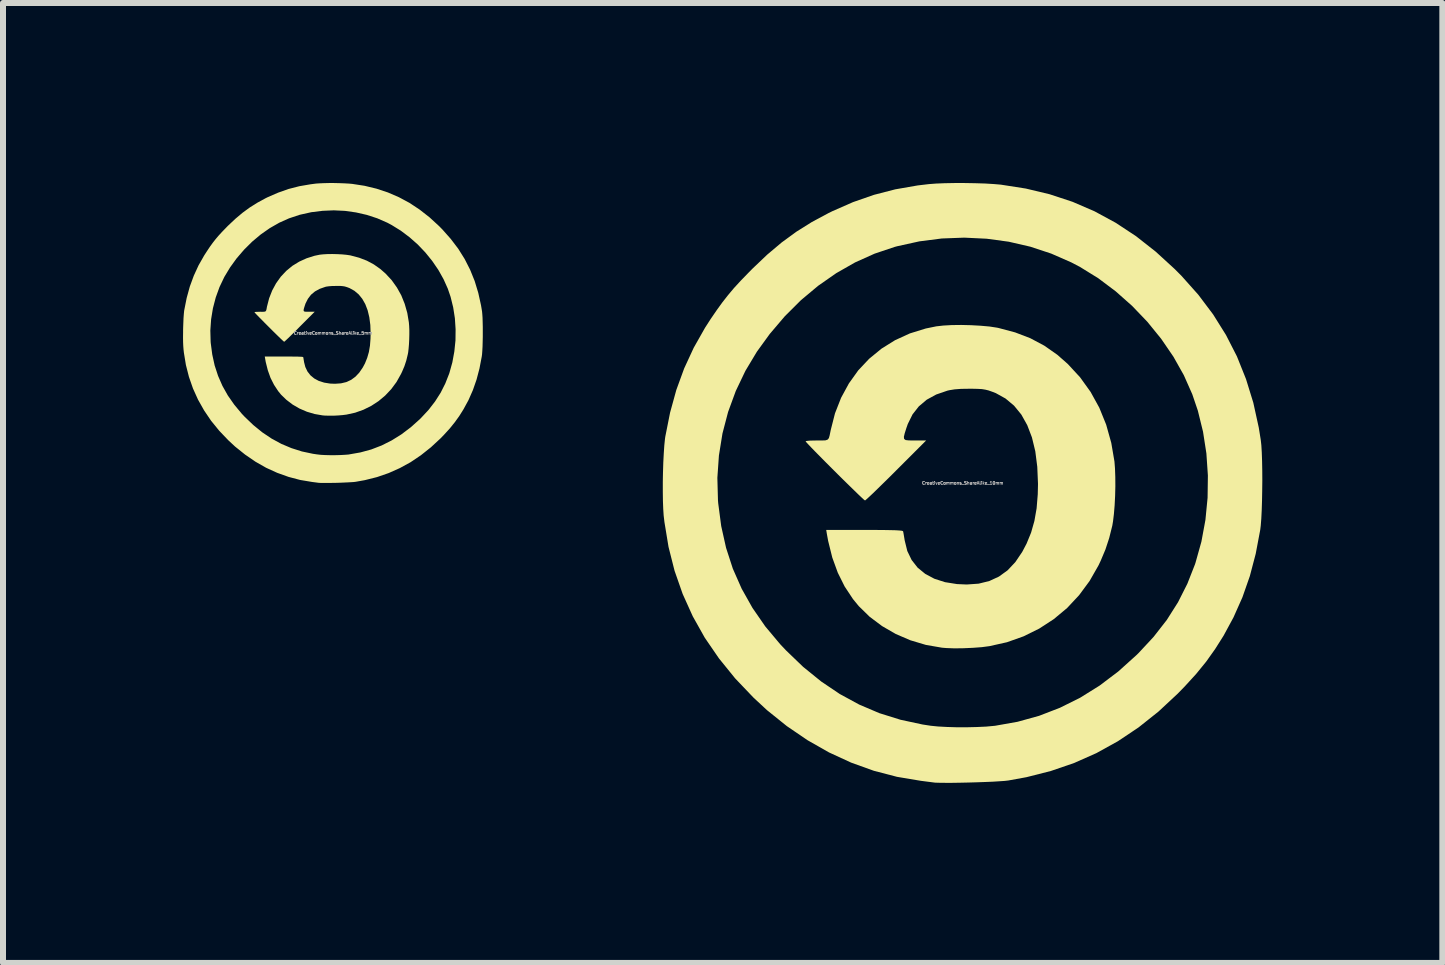
<source format=kicad_pcb>
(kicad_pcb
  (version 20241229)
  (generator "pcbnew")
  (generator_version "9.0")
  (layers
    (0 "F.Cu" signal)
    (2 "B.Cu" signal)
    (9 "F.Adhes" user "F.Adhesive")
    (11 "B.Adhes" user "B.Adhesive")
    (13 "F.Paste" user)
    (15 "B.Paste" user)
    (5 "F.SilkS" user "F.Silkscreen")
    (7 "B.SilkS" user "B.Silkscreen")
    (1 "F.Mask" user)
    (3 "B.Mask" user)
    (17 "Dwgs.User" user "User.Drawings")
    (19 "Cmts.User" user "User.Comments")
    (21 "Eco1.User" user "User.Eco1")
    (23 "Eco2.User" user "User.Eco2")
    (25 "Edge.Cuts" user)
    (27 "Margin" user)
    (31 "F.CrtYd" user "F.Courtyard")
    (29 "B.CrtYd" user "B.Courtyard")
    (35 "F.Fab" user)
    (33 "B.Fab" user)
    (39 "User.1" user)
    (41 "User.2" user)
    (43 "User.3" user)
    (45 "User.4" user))
  (footprint "CreativeCommons_ShareAlike_5mm"
    (layer "F.Cu")
    (at 2.499 2.5)
    (property "Reference" "CreativeCommons_ShareAlike_5mm" (at 0 0 0) (layer "F.Fab") (effects (font (size 0.05 0.05) (thickness 0.013))))
    (attr board_only exclude_from_pos_files exclude_from_bom)
    (fp_poly (pts (xy 0.07 -1.315) (xy 0.15 -1.311) (xy 0.224 -1.304) (xy 0.285 -1.295) (xy 0.298 -1.292) (xy 0.437 -1.255) (xy 0.564 -1.206) (xy 0.68 -1.144) (xy 0.788 -1.068) (xy 0.875 -0.992) (xy 0.978 -0.881) (xy 1.065 -0.759) (xy 1.138 -0.628) (xy 1.195 -0.486) (xy 1.238 -0.335) (xy 1.264 -0.179) (xy 1.269 -0.121) (xy 1.272 -0.051) (xy 1.272 0.027) (xy 1.27 0.107) (xy 1.266 0.186) (xy 1.26 0.258) (xy 1.253 0.32) (xy 1.246 0.356) (xy 1.221 0.459) (xy 1.19 0.553) (xy 1.15 0.647) (xy 1.131 0.686) (xy 1.058 0.816) (xy 0.97 0.935) (xy 0.87 1.041) (xy 0.759 1.134) (xy 0.638 1.213) (xy 0.507 1.278) (xy 0.369 1.327) (xy 0.224 1.359) (xy 0.223 1.359) (xy 0.159 1.367) (xy 0.086 1.373) (xy 0.008 1.377) (xy -0.068 1.377) (xy -0.136 1.375) (xy -0.173 1.372) (xy -0.306 1.349) (xy -0.435 1.311) (xy -0.558 1.258) (xy -0.672 1.192) (xy -0.775 1.114) (xy -0.866 1.026) (xy -0.914 0.967) (xy -0.983 0.862) (xy -1.041 0.747) (xy -1.086 0.621) (xy -1.121 0.482) (xy -1.131 0.425) (xy -1.137 0.391) (xy -0.818 0.391) (xy -0.73 0.391) (xy -0.658 0.392) (xy -0.601 0.392) (xy -0.558 0.394) (xy -0.528 0.395) (xy -0.508 0.397) (xy -0.498 0.4) (xy -0.496 0.402) (xy -0.493 0.416) (xy -0.489 0.443) (xy -0.483 0.477) (xy -0.483 0.481) (xy -0.461 0.566) (xy -0.425 0.641) (xy -0.375 0.705) (xy -0.312 0.757) (xy -0.236 0.798) (xy -0.147 0.826) (xy -0.047 0.842) (xy 0.034 0.845) (xy 0.133 0.838) (xy 0.222 0.817) (xy 0.302 0.78) (xy 0.374 0.727) (xy 0.438 0.659) (xy 0.496 0.574) (xy 0.533 0.505) (xy 0.57 0.413) (xy 0.598 0.316) (xy 0.616 0.211) (xy 0.625 0.094) (xy 0.627 0.007) (xy 0.622 -0.135) (xy 0.605 -0.264) (xy 0.577 -0.38) (xy 0.538 -0.482) (xy 0.488 -0.57) (xy 0.428 -0.644) (xy 0.357 -0.704) (xy 0.276 -0.749) (xy 0.245 -0.761) (xy 0.215 -0.771) (xy 0.188 -0.778) (xy 0.16 -0.782) (xy 0.126 -0.785) (xy 0.081 -0.785) (xy 0.055 -0.785) (xy -0.013 -0.784) (xy -0.067 -0.78) (xy -0.11 -0.774) (xy -0.127 -0.77) (xy -0.221 -0.737) (xy -0.3 -0.694) (xy -0.366 -0.639) (xy -0.418 -0.571) (xy -0.458 -0.492) (xy -0.469 -0.459) (xy -0.483 -0.415) (xy -0.49 -0.385) (xy -0.488 -0.367) (xy -0.475 -0.358) (xy -0.45 -0.355) (xy -0.409 -0.355) (xy -0.398 -0.355) (xy -0.305 -0.355) (xy -0.555 -0.105) (xy -0.61 -0.049) (xy -0.662 0.002) (xy -0.708 0.047) (xy -0.748 0.086) (xy -0.78 0.116) (xy -0.802 0.136) (xy -0.813 0.145) (xy -0.814 0.145) (xy -0.822 0.139) (xy -0.841 0.122) (xy -0.87 0.095) (xy -0.906 0.06) (xy -0.948 0.019) (xy -0.994 -0.026) (xy -1.042 -0.074) (xy -1.091 -0.123) (xy -1.139 -0.171) (xy -1.184 -0.217) (xy -1.225 -0.258) (xy -1.26 -0.294) (xy -1.287 -0.322) (xy -1.303 -0.34) (xy -1.309 -0.348) (xy -1.301 -0.351) (xy -1.278 -0.353) (xy -1.244 -0.354) (xy -1.214 -0.355) (xy -1.171 -0.354) (xy -1.143 -0.356) (xy -1.125 -0.361) (xy -1.115 -0.374) (xy -1.108 -0.396) (xy -1.102 -0.431) (xy -1.1 -0.441) (xy -1.064 -0.58) (xy -1.013 -0.71) (xy -0.948 -0.83) (xy -0.87 -0.939) (xy -0.779 -1.036) (xy -0.677 -1.12) (xy -0.563 -1.19) (xy -0.44 -1.246) (xy -0.307 -1.288) (xy -0.22 -1.306) (xy -0.162 -1.312) (xy -0.091 -1.316) (xy -0.012 -1.317)) (stroke (width 0) (type solid)) (fill yes) (layer "F.SilkS"))
    (fp_poly (pts (xy 0.017 -2.5) (xy 0.104 -2.498) (xy 0.186 -2.495) (xy 0.259 -2.491) (xy 0.318 -2.486) (xy 0.526 -2.454) (xy 0.725 -2.406) (xy 0.915 -2.343) (xy 1.098 -2.264) (xy 1.275 -2.169) (xy 1.444 -2.057) (xy 1.609 -1.928) (xy 1.768 -1.782) (xy 1.824 -1.725) (xy 1.963 -1.568) (xy 2.087 -1.405) (xy 2.194 -1.234) (xy 2.285 -1.055) (xy 2.361 -0.867) (xy 2.421 -0.669) (xy 2.467 -0.461) (xy 2.484 -0.359) (xy 2.488 -0.314) (xy 2.492 -0.255) (xy 2.494 -0.183) (xy 2.496 -0.104) (xy 2.496 -0.02) (xy 2.496 0.065) (xy 2.494 0.149) (xy 2.492 0.227) (xy 2.488 0.296) (xy 2.484 0.354) (xy 2.479 0.391) (xy 2.441 0.59) (xy 2.392 0.776) (xy 2.331 0.951) (xy 2.257 1.119) (xy 2.174 1.271) (xy 2.104 1.383) (xy 2.028 1.488) (xy 1.945 1.591) (xy 1.85 1.695) (xy 1.792 1.755) (xy 1.631 1.904) (xy 1.465 2.036) (xy 1.293 2.152) (xy 1.114 2.25) (xy 0.928 2.333) (xy 0.734 2.4) (xy 0.531 2.451) (xy 0.38 2.478) (xy 0.349 2.482) (xy 0.305 2.485) (xy 0.25 2.488) (xy 0.186 2.491) (xy 0.118 2.494) (xy 0.048 2.496) (xy -0.021 2.497) (xy -0.087 2.498) (xy -0.145 2.498) (xy -0.193 2.498) (xy -0.229 2.496) (xy -0.245 2.495) (xy -0.265 2.492) (xy -0.296 2.488) (xy -0.335 2.483) (xy -0.35 2.481) (xy -0.547 2.448) (xy -0.74 2.397) (xy -0.93 2.329) (xy -1.114 2.245) (xy -1.293 2.143) (xy -1.465 2.025) (xy -1.631 1.892) (xy -1.744 1.787) (xy -1.896 1.628) (xy -2.031 1.462) (xy -2.148 1.289) (xy -2.249 1.11) (xy -2.333 0.924) (xy -2.4 0.732) (xy -2.451 0.532) (xy -2.485 0.325) (xy -2.491 0.27) (xy -2.495 0.217) (xy -2.498 0.15) (xy -2.499 0.075) (xy -2.498 -0.007) (xy -2.498 -0.043) (xy -2.044 -0.043) (xy -2.039 0.144) (xy -2.037 0.168) (xy -2.012 0.358) (xy -1.972 0.54) (xy -1.915 0.714) (xy -1.842 0.881) (xy -1.752 1.041) (xy -1.645 1.194) (xy -1.521 1.343) (xy -1.474 1.393) (xy -1.329 1.532) (xy -1.179 1.654) (xy -1.024 1.758) (xy -0.862 1.846) (xy -0.694 1.917) (xy -0.518 1.973) (xy -0.334 2.012) (xy -0.266 2.022) (xy -0.205 2.029) (xy -0.132 2.033) (xy -0.05 2.035) (xy 0.035 2.035) (xy 0.118 2.033) (xy 0.195 2.029) (xy 0.26 2.024) (xy 0.27 2.022) (xy 0.457 1.989) (xy 0.637 1.94) (xy 0.811 1.873) (xy 0.978 1.789) (xy 1.14 1.688) (xy 1.296 1.57) (xy 1.447 1.435) (xy 1.464 1.418) (xy 1.591 1.282) (xy 1.7 1.141) (xy 1.794 0.994) (xy 1.872 0.839) (xy 1.936 0.676) (xy 1.94 0.664) (xy 1.989 0.488) (xy 2.022 0.307) (xy 2.041 0.123) (xy 2.043 -0.063) (xy 2.031 -0.247) (xy 2.003 -0.427) (xy 1.96 -0.602) (xy 1.913 -0.74) (xy 1.842 -0.898) (xy 1.755 -1.053) (xy 1.653 -1.202) (xy 1.538 -1.344) (xy 1.412 -1.476) (xy 1.275 -1.597) (xy 1.13 -1.706) (xy 0.978 -1.8) (xy 0.905 -1.839) (xy 0.738 -1.912) (xy 0.564 -1.969) (xy 0.384 -2.01) (xy 0.2 -2.036) (xy 0.013 -2.045) (xy -0.174 -2.037) (xy -0.361 -2.014) (xy -0.545 -1.973) (xy -0.567 -1.967) (xy -0.734 -1.911) (xy -0.897 -1.838) (xy -1.054 -1.748) (xy -1.204 -1.643) (xy -1.347 -1.523) (xy -1.482 -1.389) (xy -1.608 -1.242) (xy -1.715 -1.094) (xy -1.811 -0.935) (xy -1.891 -0.767) (xy -1.954 -0.593) (xy -2.001 -0.413) (xy -2.031 -0.23) (xy -2.044 -0.043) (xy -2.498 -0.043) (xy -2.497 -0.09) (xy -2.494 -0.171) (xy -2.491 -0.247) (xy -2.486 -0.314) (xy -2.481 -0.367) (xy -2.478 -0.385) (xy -2.438 -0.586) (xy -2.386 -0.775) (xy -2.32 -0.955) (xy -2.241 -1.127) (xy -2.146 -1.294) (xy -2.1 -1.365) (xy -2.05 -1.44) (xy -2.003 -1.505) (xy -1.956 -1.565) (xy -1.906 -1.624) (xy -1.85 -1.685) (xy -1.785 -1.752) (xy -1.751 -1.787) (xy -1.628 -1.903) (xy -1.508 -2.004) (xy -1.385 -2.094) (xy -1.257 -2.174) (xy -1.119 -2.249) (xy -1.086 -2.265) (xy -0.913 -2.34) (xy -0.74 -2.401) (xy -0.561 -2.447) (xy -0.375 -2.479) (xy -0.282 -2.491) (xy -0.223 -2.495) (xy -0.151 -2.498) (xy -0.069 -2.5)) (stroke (width 0) (type solid)) (fill yes) (layer "F.SilkS")))
  (footprint "CreativeCommons_ShareAlike_10mm"
    (layer "F.Cu")
    (at 12.992 4.999)
    (property "Reference" "CreativeCommons_ShareAlike_10mm" (at 0 0 0) (layer "F.Fab") (effects (font (size 0.05 0.05) (thickness 0.013))))
    (attr board_only exclude_from_pos_files exclude_from_bom)
    (fp_poly (pts (xy 0.14 -2.63) (xy 0.3 -2.621) (xy 0.447 -2.608) (xy 0.571 -2.589) (xy 0.596 -2.584) (xy 0.874 -2.51) (xy 1.127 -2.413) (xy 1.36 -2.289) (xy 1.577 -2.137) (xy 1.751 -1.984) (xy 1.956 -1.762) (xy 2.131 -1.519) (xy 2.276 -1.256) (xy 2.391 -0.973) (xy 2.476 -0.669) (xy 2.529 -0.359) (xy 2.538 -0.242) (xy 2.543 -0.101) (xy 2.544 0.054) (xy 2.54 0.214) (xy 2.532 0.371) (xy 2.52 0.516) (xy 2.505 0.64) (xy 2.493 0.711) (xy 2.441 0.918) (xy 2.379 1.107) (xy 2.3 1.295) (xy 2.263 1.373) (xy 2.115 1.632) (xy 1.94 1.869) (xy 1.741 2.082) (xy 1.518 2.268) (xy 1.275 2.426) (xy 1.014 2.555) (xy 0.738 2.653) (xy 0.447 2.718) (xy 0.447 2.718) (xy 0.319 2.735) (xy 0.171 2.746) (xy 0.015 2.753) (xy -0.136 2.755) (xy -0.272 2.75) (xy -0.345 2.744) (xy -0.612 2.698) (xy -0.87 2.621) (xy -1.115 2.516) (xy -1.343 2.384) (xy -1.55 2.229) (xy -1.732 2.051) (xy -1.828 1.934) (xy -1.967 1.724) (xy -2.081 1.495) (xy -2.173 1.242) (xy -2.242 0.964) (xy -2.263 0.85) (xy -2.274 0.782) (xy -1.637 0.782) (xy -1.459 0.782) (xy -1.315 0.783) (xy -1.202 0.785) (xy -1.116 0.787) (xy -1.055 0.791) (xy -1.016 0.795) (xy -0.997 0.801) (xy -0.993 0.805) (xy -0.987 0.833) (xy -0.978 0.886) (xy -0.967 0.953) (xy -0.965 0.962) (xy -0.923 1.133) (xy -0.851 1.282) (xy -0.751 1.41) (xy -0.624 1.514) (xy -0.472 1.595) (xy -0.295 1.652) (xy -0.094 1.684) (xy 0.068 1.691) (xy 0.266 1.677) (xy 0.444 1.633) (xy 0.604 1.559) (xy 0.748 1.455) (xy 0.877 1.318) (xy 0.992 1.148) (xy 1.065 1.009) (xy 1.14 0.826) (xy 1.195 0.632) (xy 1.232 0.422) (xy 1.251 0.188) (xy 1.255 0.015) (xy 1.243 -0.27) (xy 1.21 -0.529) (xy 1.154 -0.76) (xy 1.076 -0.964) (xy 0.977 -1.141) (xy 0.856 -1.289) (xy 0.714 -1.408) (xy 0.552 -1.498) (xy 0.49 -1.522) (xy 0.43 -1.543) (xy 0.377 -1.556) (xy 0.321 -1.565) (xy 0.252 -1.569) (xy 0.161 -1.571) (xy 0.109 -1.571) (xy -0.027 -1.569) (xy -0.134 -1.561) (xy -0.221 -1.547) (xy -0.255 -1.539) (xy -0.441 -1.475) (xy -0.6 -1.388) (xy -0.731 -1.277) (xy -0.836 -1.143) (xy -0.915 -0.983) (xy -0.938 -0.917) (xy -0.966 -0.829) (xy -0.98 -0.77) (xy -0.976 -0.735) (xy -0.951 -0.716) (xy -0.899 -0.71) (xy -0.818 -0.709) (xy -0.796 -0.709) (xy -0.609 -0.709) (xy -1.109 -0.209) (xy -1.22 -0.098) (xy -1.324 0.004) (xy -1.417 0.095) (xy -1.496 0.172) (xy -1.56 0.232) (xy -1.604 0.272) (xy -1.626 0.29) (xy -1.627 0.291) (xy -1.644 0.279) (xy -1.682 0.244) (xy -1.739 0.19) (xy -1.811 0.12) (xy -1.895 0.038) (xy -1.987 -0.052) (xy -2.084 -0.148) (xy -2.182 -0.246) (xy -2.278 -0.342) (xy -2.369 -0.434) (xy -2.451 -0.517) (xy -2.52 -0.588) (xy -2.573 -0.644) (xy -2.607 -0.681) (xy -2.618 -0.696) (xy -2.601 -0.701) (xy -2.556 -0.706) (xy -2.488 -0.708) (xy -2.428 -0.709) (xy -2.343 -0.709) (xy -2.286 -0.711) (xy -2.251 -0.723) (xy -2.23 -0.748) (xy -2.217 -0.793) (xy -2.203 -0.862) (xy -2.199 -0.882) (xy -2.128 -1.161) (xy -2.026 -1.421) (xy -1.896 -1.66) (xy -1.74 -1.878) (xy -1.558 -2.071) (xy -1.353 -2.239) (xy -1.127 -2.38) (xy -0.88 -2.493) (xy -0.615 -2.575) (xy -0.439 -2.611) (xy -0.323 -2.624) (xy -0.182 -2.632) (xy -0.024 -2.634)) (stroke (width 0) (type solid)) (fill yes) (layer "F.SilkS"))
    (fp_poly (pts (xy 0.034 -4.999) (xy 0.207 -4.996) (xy 0.372 -4.991) (xy 0.519 -4.982) (xy 0.636 -4.972) (xy 1.052 -4.907) (xy 1.449 -4.812) (xy 1.831 -4.686) (xy 2.197 -4.528) (xy 2.549 -4.337) (xy 2.889 -4.113) (xy 3.217 -3.855) (xy 3.536 -3.563) (xy 3.648 -3.45) (xy 3.927 -3.137) (xy 4.173 -2.81) (xy 4.387 -2.468) (xy 4.57 -2.11) (xy 4.721 -1.733) (xy 4.843 -1.338) (xy 4.934 -0.923) (xy 4.967 -0.718) (xy 4.977 -0.628) (xy 4.984 -0.509) (xy 4.989 -0.367) (xy 4.992 -0.208) (xy 4.993 -0.04) (xy 4.991 0.13) (xy 4.988 0.297) (xy 4.983 0.454) (xy 4.976 0.593) (xy 4.967 0.708) (xy 4.958 0.782) (xy 4.883 1.179) (xy 4.785 1.551) (xy 4.662 1.903) (xy 4.513 2.238) (xy 4.348 2.543) (xy 4.207 2.766) (xy 4.057 2.977) (xy 3.89 3.182) (xy 3.7 3.39) (xy 3.583 3.51) (xy 3.262 3.809) (xy 2.93 4.073) (xy 2.586 4.303) (xy 2.228 4.501) (xy 1.856 4.666) (xy 1.468 4.799) (xy 1.062 4.902) (xy 0.76 4.957) (xy 0.699 4.964) (xy 0.61 4.97) (xy 0.499 4.977) (xy 0.373 4.982) (xy 0.236 4.987) (xy 0.096 4.991) (xy -0.043 4.994) (xy -0.173 4.996) (xy -0.29 4.996) (xy -0.387 4.995) (xy -0.458 4.993) (xy -0.491 4.989) (xy -0.529 4.984) (xy -0.592 4.976) (xy -0.669 4.966) (xy -0.7 4.962) (xy -1.094 4.896) (xy -1.481 4.795) (xy -1.859 4.659) (xy -2.228 4.489) (xy -2.585 4.286) (xy -2.93 4.051) (xy -3.262 3.784) (xy -3.488 3.574) (xy -3.792 3.255) (xy -4.061 2.923) (xy -4.297 2.579) (xy -4.498 2.221) (xy -4.666 1.849) (xy -4.801 1.463) (xy -4.902 1.064) (xy -4.97 0.65) (xy -4.983 0.54) (xy -4.99 0.433) (xy -4.995 0.301) (xy -4.997 0.149) (xy -4.997 -0.013) (xy -4.996 -0.087) (xy -4.088 -0.087) (xy -4.078 0.288) (xy -4.074 0.336) (xy -4.024 0.717) (xy -3.943 1.08) (xy -3.83 1.428) (xy -3.683 1.761) (xy -3.503 2.081) (xy -3.29 2.389) (xy -3.042 2.685) (xy -2.947 2.786) (xy -2.658 3.064) (xy -2.358 3.307) (xy -2.048 3.516) (xy -1.724 3.692) (xy -1.388 3.835) (xy -1.036 3.945) (xy -0.668 4.024) (xy -0.531 4.045) (xy -0.411 4.057) (xy -0.263 4.065) (xy -0.1 4.07) (xy 0.07 4.07) (xy 0.237 4.066) (xy 0.39 4.059) (xy 0.52 4.047) (xy 0.54 4.045) (xy 0.913 3.979) (xy 1.274 3.879) (xy 1.621 3.745) (xy 1.957 3.578) (xy 2.281 3.376) (xy 2.593 3.14) (xy 2.894 2.869) (xy 2.928 2.836) (xy 3.181 2.564) (xy 3.401 2.282) (xy 3.588 1.987) (xy 3.744 1.678) (xy 3.872 1.352) (xy 3.88 1.327) (xy 3.978 0.977) (xy 4.045 0.615) (xy 4.081 0.246) (xy 4.086 -0.125) (xy 4.061 -0.494) (xy 4.005 -0.855) (xy 3.919 -1.205) (xy 3.826 -1.479) (xy 3.685 -1.797) (xy 3.511 -2.106) (xy 3.307 -2.404) (xy 3.077 -2.687) (xy 2.823 -2.952) (xy 2.55 -3.194) (xy 2.26 -3.412) (xy 1.956 -3.6) (xy 1.809 -3.677) (xy 1.476 -3.823) (xy 1.128 -3.938) (xy 0.768 -4.021) (xy 0.4 -4.071) (xy 0.027 -4.089) (xy -0.348 -4.075) (xy -0.722 -4.027) (xy -1.09 -3.946) (xy -1.135 -3.934) (xy -1.468 -3.822) (xy -1.793 -3.676) (xy -2.107 -3.497) (xy -2.408 -3.287) (xy -2.695 -3.047) (xy -2.964 -2.779) (xy -3.215 -2.484) (xy -3.429 -2.189) (xy -3.621 -1.869) (xy -3.781 -1.534) (xy -3.909 -1.185) (xy -4.003 -0.826) (xy -4.062 -0.459) (xy -4.088 -0.087) (xy -4.996 -0.087) (xy -4.994 -0.179) (xy -4.989 -0.342) (xy -4.981 -0.494) (xy -4.972 -0.627) (xy -4.961 -0.735) (xy -4.956 -0.771) (xy -4.876 -1.173) (xy -4.772 -1.551) (xy -4.641 -1.91) (xy -4.482 -2.254) (xy -4.293 -2.588) (xy -4.201 -2.731) (xy -4.099 -2.88) (xy -4.005 -3.01) (xy -3.911 -3.13) (xy -3.812 -3.248) (xy -3.7 -3.37) (xy -3.57 -3.504) (xy -3.501 -3.574) (xy -3.257 -3.806) (xy -3.016 -4.009) (xy -2.771 -4.188) (xy -2.514 -4.349) (xy -2.238 -4.497) (xy -2.173 -4.529) (xy -1.827 -4.681) (xy -1.479 -4.802) (xy -1.123 -4.894) (xy -0.75 -4.959) (xy -0.564 -4.981) (xy -0.446 -4.99) (xy -0.301 -4.996) (xy -0.138 -4.999)) (stroke (width 0) (type solid)) (fill yes) (layer "F.SilkS")))
  (gr_rect
    (start -3 -3)
    (end 20.985 12.996)
    (stroke (width 0.1) (type default))
    (fill no)
    (layer "Edge.Cuts")))
</source>
